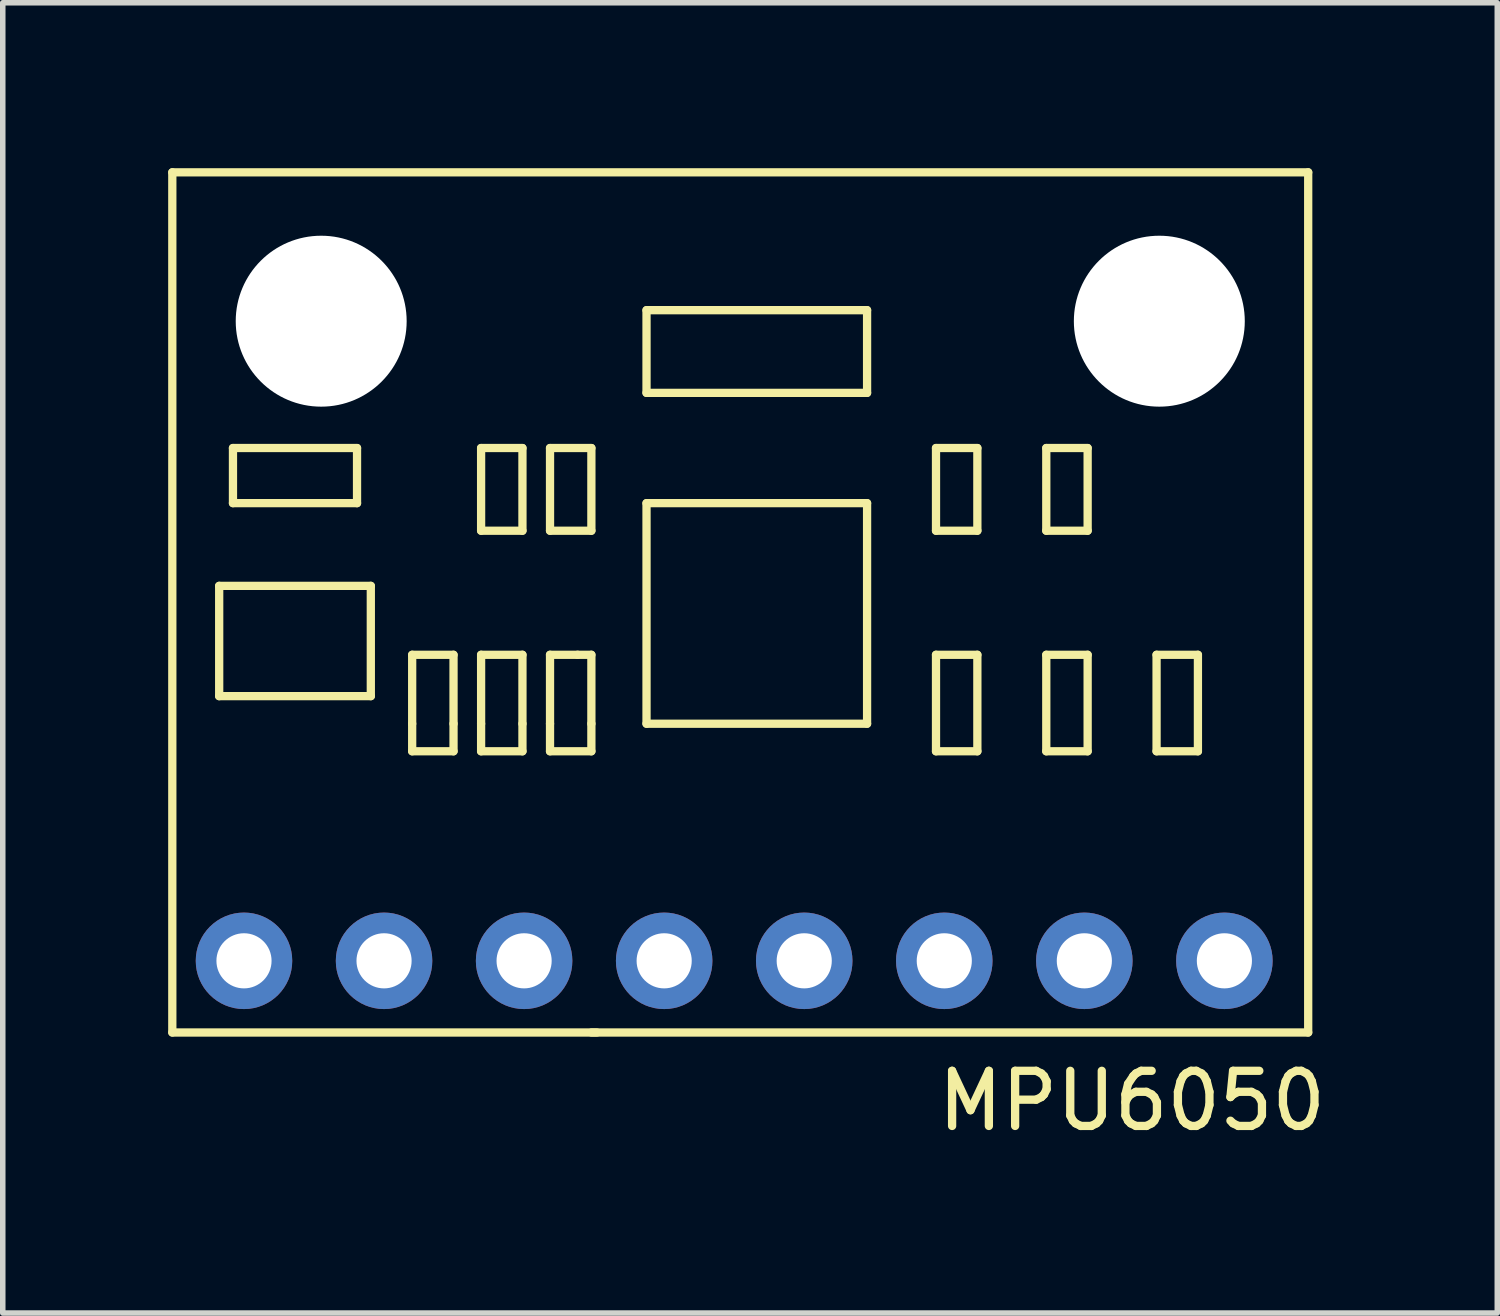
<source format=kicad_pcb>
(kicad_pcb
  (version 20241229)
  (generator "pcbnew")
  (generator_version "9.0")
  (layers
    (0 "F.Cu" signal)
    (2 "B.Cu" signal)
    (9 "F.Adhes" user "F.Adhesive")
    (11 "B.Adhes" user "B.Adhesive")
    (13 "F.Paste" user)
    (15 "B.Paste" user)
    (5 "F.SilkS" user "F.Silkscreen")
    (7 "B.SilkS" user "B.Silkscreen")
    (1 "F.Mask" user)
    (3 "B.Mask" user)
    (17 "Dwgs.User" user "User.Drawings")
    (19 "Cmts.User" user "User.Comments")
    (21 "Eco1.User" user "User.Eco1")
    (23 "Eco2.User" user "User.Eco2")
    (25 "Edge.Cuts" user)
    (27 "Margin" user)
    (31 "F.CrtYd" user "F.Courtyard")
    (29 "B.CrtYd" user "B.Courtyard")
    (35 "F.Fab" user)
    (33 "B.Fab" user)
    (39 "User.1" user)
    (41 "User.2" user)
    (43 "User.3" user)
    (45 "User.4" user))
  (footprint "MPU6050"
    (layer "F.Cu")
    (at 1.375 14.375)
    (property "Reference" "MPU6050" (at 16.104 2.54 0) (layer "F.SilkS") (effects (font (size 1 1) (thickness 0.15))))
    (attr through_hole)
    (fp_line (start -1.3 -14.3) (end 19.3 -14.3) (stroke (width 0.15) (type solid)) (layer "F.SilkS"))
    (fp_line (start -1.3 1.3) (end -1.3 -14.3) (stroke (width 0.15) (type solid)) (layer "F.SilkS"))
    (fp_line (start -1.3 1.3) (end 19.3 1.3) (stroke (width 0.15) (type solid)) (layer "F.SilkS"))
    (fp_line (start -0.45 -6.8) (end 2.3 -6.8) (stroke (width 0.15) (type solid)) (layer "F.SilkS"))
    (fp_line (start -0.45 -4.8) (end -0.45 -6.8) (stroke (width 0.15) (type solid)) (layer "F.SilkS"))
    (fp_line (start -0.2 -9.3) (end 2.05 -9.3) (stroke (width 0.15) (type solid)) (layer "F.SilkS"))
    (fp_line (start -0.2 -8.3) (end -0.2 -9.3) (stroke (width 0.15) (type solid)) (layer "F.SilkS"))
    (fp_line (start 2.05 -9.3) (end 2.05 -8.3) (stroke (width 0.15) (type solid)) (layer "F.SilkS"))
    (fp_line (start 2.05 -8.3) (end -0.2 -8.3) (stroke (width 0.15) (type solid)) (layer "F.SilkS"))
    (fp_line (start 2.3 -6.8) (end 2.3 -4.8) (stroke (width 0.15) (type solid)) (layer "F.SilkS"))
    (fp_line (start 2.3 -4.8) (end -0.45 -4.8) (stroke (width 0.15) (type solid)) (layer "F.SilkS"))
    (fp_line (start 3.05 -5.55) (end 3.05 -4.3) (stroke (width 0.15) (type solid)) (layer "F.SilkS"))
    (fp_line (start 3.05 -3.8) (end 3.05 -4.3) (stroke (width 0.15) (type solid)) (layer "F.SilkS"))
    (fp_line (start 3.8 -5.55) (end 3.05 -5.55) (stroke (width 0.15) (type solid)) (layer "F.SilkS"))
    (fp_line (start 3.8 -4.3) (end 3.8 -5.55) (stroke (width 0.15) (type solid)) (layer "F.SilkS"))
    (fp_line (start 3.8 -4.3) (end 3.8 -3.8) (stroke (width 0.15) (type solid)) (layer "F.SilkS"))
    (fp_line (start 3.8 -3.8) (end 3.05 -3.8) (stroke (width 0.15) (type solid)) (layer "F.SilkS"))
    (fp_line (start 4.3 -9.3) (end 4.3 -7.8) (stroke (width 0.15) (type solid)) (layer "F.SilkS"))
    (fp_line (start 4.3 -7.8) (end 5.05 -7.8) (stroke (width 0.15) (type solid)) (layer "F.SilkS"))
    (fp_line (start 4.3 -5.55) (end 4.3 -4.3) (stroke (width 0.15) (type solid)) (layer "F.SilkS"))
    (fp_line (start 4.3 -3.8) (end 4.3 -4.3) (stroke (width 0.15) (type solid)) (layer "F.SilkS"))
    (fp_line (start 5.05 -9.3) (end 4.3 -9.3) (stroke (width 0.15) (type solid)) (layer "F.SilkS"))
    (fp_line (start 5.05 -7.8) (end 5.05 -9.3) (stroke (width 0.15) (type solid)) (layer "F.SilkS"))
    (fp_line (start 5.05 -5.55) (end 4.3 -5.55) (stroke (width 0.15) (type solid)) (layer "F.SilkS"))
    (fp_line (start 5.05 -4.3) (end 5.05 -5.55) (stroke (width 0.15) (type solid)) (layer "F.SilkS"))
    (fp_line (start 5.05 -4.3) (end 5.05 -3.8) (stroke (width 0.15) (type solid)) (layer "F.SilkS"))
    (fp_line (start 5.05 -3.8) (end 4.3 -3.8) (stroke (width 0.15) (type solid)) (layer "F.SilkS"))
    (fp_line (start 5.55 -9.3) (end 5.55 -7.8) (stroke (width 0.15) (type solid)) (layer "F.SilkS"))
    (fp_line (start 5.55 -7.8) (end 6.3 -7.8) (stroke (width 0.15) (type solid)) (layer "F.SilkS"))
    (fp_line (start 5.55 -5.55) (end 6.05 -5.55) (stroke (width 0.15) (type solid)) (layer "F.SilkS"))
    (fp_line (start 5.55 -4.3) (end 5.55 -5.55) (stroke (width 0.15) (type solid)) (layer "F.SilkS"))
    (fp_line (start 5.55 -3.8) (end 5.55 -4.3) (stroke (width 0.15) (type solid)) (layer "F.SilkS"))
    (fp_line (start 6.05 -5.55) (end 6.3 -5.55) (stroke (width 0.15) (type solid)) (layer "F.SilkS"))
    (fp_line (start 6.3 -9.3) (end 5.55 -9.3) (stroke (width 0.15) (type solid)) (layer "F.SilkS"))
    (fp_line (start 6.3 -7.8) (end 6.3 -9.3) (stroke (width 0.15) (type solid)) (layer "F.SilkS"))
    (fp_line (start 6.3 -5.55) (end 6.3 -4.3) (stroke (width 0.15) (type solid)) (layer "F.SilkS"))
    (fp_line (start 6.3 -4.3) (end 6.3 -3.8) (stroke (width 0.15) (type solid)) (layer "F.SilkS"))
    (fp_line (start 6.3 -3.8) (end 5.55 -3.8) (stroke (width 0.15) (type solid)) (layer "F.SilkS"))
    (fp_line (start 6.4 1.3) (end 6.3 1.3) (stroke (width 0.15) (type solid)) (layer "F.SilkS"))
    (fp_line (start 7.3 -11.8) (end 7.3 -10.3) (stroke (width 0.15) (type solid)) (layer "F.SilkS"))
    (fp_line (start 7.3 -10.3) (end 11.3 -10.3) (stroke (width 0.15) (type solid)) (layer "F.SilkS"))
    (fp_line (start 7.3 -8.3) (end 7.3 -4.3) (stroke (width 0.15) (type solid)) (layer "F.SilkS"))
    (fp_line (start 7.3 -4.3) (end 11.3 -4.3) (stroke (width 0.15) (type solid)) (layer "F.SilkS"))
    (fp_line (start 11.3 -11.8) (end 7.3 -11.8) (stroke (width 0.15) (type solid)) (layer "F.SilkS"))
    (fp_line (start 11.3 -10.3) (end 11.3 -11.8) (stroke (width 0.15) (type solid)) (layer "F.SilkS"))
    (fp_line (start 11.3 -8.3) (end 7.3 -8.3) (stroke (width 0.15) (type solid)) (layer "F.SilkS"))
    (fp_line (start 11.3 -4.3) (end 11.3 -8.3) (stroke (width 0.15) (type solid)) (layer "F.SilkS"))
    (fp_line (start 12.55 -9.3) (end 13.3 -9.3) (stroke (width 0.15) (type solid)) (layer "F.SilkS"))
    (fp_line (start 12.55 -7.8) (end 12.55 -9.3) (stroke (width 0.15) (type solid)) (layer "F.SilkS"))
    (fp_line (start 12.55 -5.55) (end 13.3 -5.55) (stroke (width 0.15) (type solid)) (layer "F.SilkS"))
    (fp_line (start 12.55 -3.8) (end 12.55 -5.55) (stroke (width 0.15) (type solid)) (layer "F.SilkS"))
    (fp_line (start 13.3 -9.3) (end 13.3 -7.8) (stroke (width 0.15) (type solid)) (layer "F.SilkS"))
    (fp_line (start 13.3 -7.8) (end 12.55 -7.8) (stroke (width 0.15) (type solid)) (layer "F.SilkS"))
    (fp_line (start 13.3 -5.55) (end 13.3 -3.8) (stroke (width 0.15) (type solid)) (layer "F.SilkS"))
    (fp_line (start 13.3 -3.8) (end 12.55 -3.8) (stroke (width 0.15) (type solid)) (layer "F.SilkS"))
    (fp_line (start 14.55 -9.3) (end 15.3 -9.3) (stroke (width 0.15) (type solid)) (layer "F.SilkS"))
    (fp_line (start 14.55 -7.8) (end 14.55 -9.3) (stroke (width 0.15) (type solid)) (layer "F.SilkS"))
    (fp_line (start 14.55 -5.55) (end 14.55 -3.8) (stroke (width 0.15) (type solid)) (layer "F.SilkS"))
    (fp_line (start 14.55 -3.8) (end 15.3 -3.8) (stroke (width 0.15) (type solid)) (layer "F.SilkS"))
    (fp_line (start 15.3 -9.3) (end 15.3 -7.8) (stroke (width 0.15) (type solid)) (layer "F.SilkS"))
    (fp_line (start 15.3 -7.8) (end 14.55 -7.8) (stroke (width 0.15) (type solid)) (layer "F.SilkS"))
    (fp_line (start 15.3 -5.55) (end 14.55 -5.55) (stroke (width 0.15) (type solid)) (layer "F.SilkS"))
    (fp_line (start 15.3 -3.8) (end 15.3 -5.55) (stroke (width 0.15) (type solid)) (layer "F.SilkS"))
    (fp_line (start 16.55 -5.55) (end 17.3 -5.55) (stroke (width 0.15) (type solid)) (layer "F.SilkS"))
    (fp_line (start 16.55 -3.8) (end 16.55 -5.55) (stroke (width 0.15) (type solid)) (layer "F.SilkS"))
    (fp_line (start 17.3 -5.55) (end 17.3 -3.8) (stroke (width 0.15) (type solid)) (layer "F.SilkS"))
    (fp_line (start 17.3 -3.8) (end 16.55 -3.8) (stroke (width 0.15) (type solid)) (layer "F.SilkS"))
    (fp_line (start 19.3 1.3) (end 19.3 -14.3) (stroke (width 0.15) (type solid)) (layer "F.SilkS"))
    (pad "" np_thru_hole circle (at 1.4 -11.6) (size 3.1 3.1) (drill 3.1) (layers "*.Cu" "*.Mask"))
    (pad "" np_thru_hole circle (at 16.6 -11.6) (size 3.1 3.1) (drill 3.1) (layers "*.Cu" "*.Mask"))
    (pad "1" thru_hole circle (at 0 0) (size 1.75 1.75) (drill 1) (layers "*.Cu" "*.Mask"))
    (pad "2" thru_hole circle (at 2.54 0) (size 1.75 1.75) (drill 1) (layers "*.Cu" "*.Mask"))
    (pad "3" thru_hole circle (at 5.08 0) (size 1.75 1.75) (drill 1) (layers "*.Cu" "*.Mask"))
    (pad "4" thru_hole circle (at 7.62 0) (size 1.75 1.75) (drill 1) (layers "*.Cu" "*.Mask"))
    (pad "5" thru_hole circle (at 10.16 0) (size 1.75 1.75) (drill 1) (layers "*.Cu" "*.Mask"))
    (pad "6" thru_hole circle (at 12.7 0) (size 1.75 1.75) (drill 1) (layers "*.Cu" "*.Mask"))
    (pad "7" thru_hole circle (at 15.24 0) (size 1.75 1.75) (drill 1) (layers "*.Cu" "*.Mask"))
    (pad "8" thru_hole circle (at 17.78 0) (size 1.75 1.75) (drill 1) (layers "*.Cu" "*.Mask")))
  (gr_rect
    (start -3 -3)
    (end 24.104 20.763)
    (stroke (width 0.1) (type default))
    (fill no)
    (layer "Edge.Cuts")))
</source>
